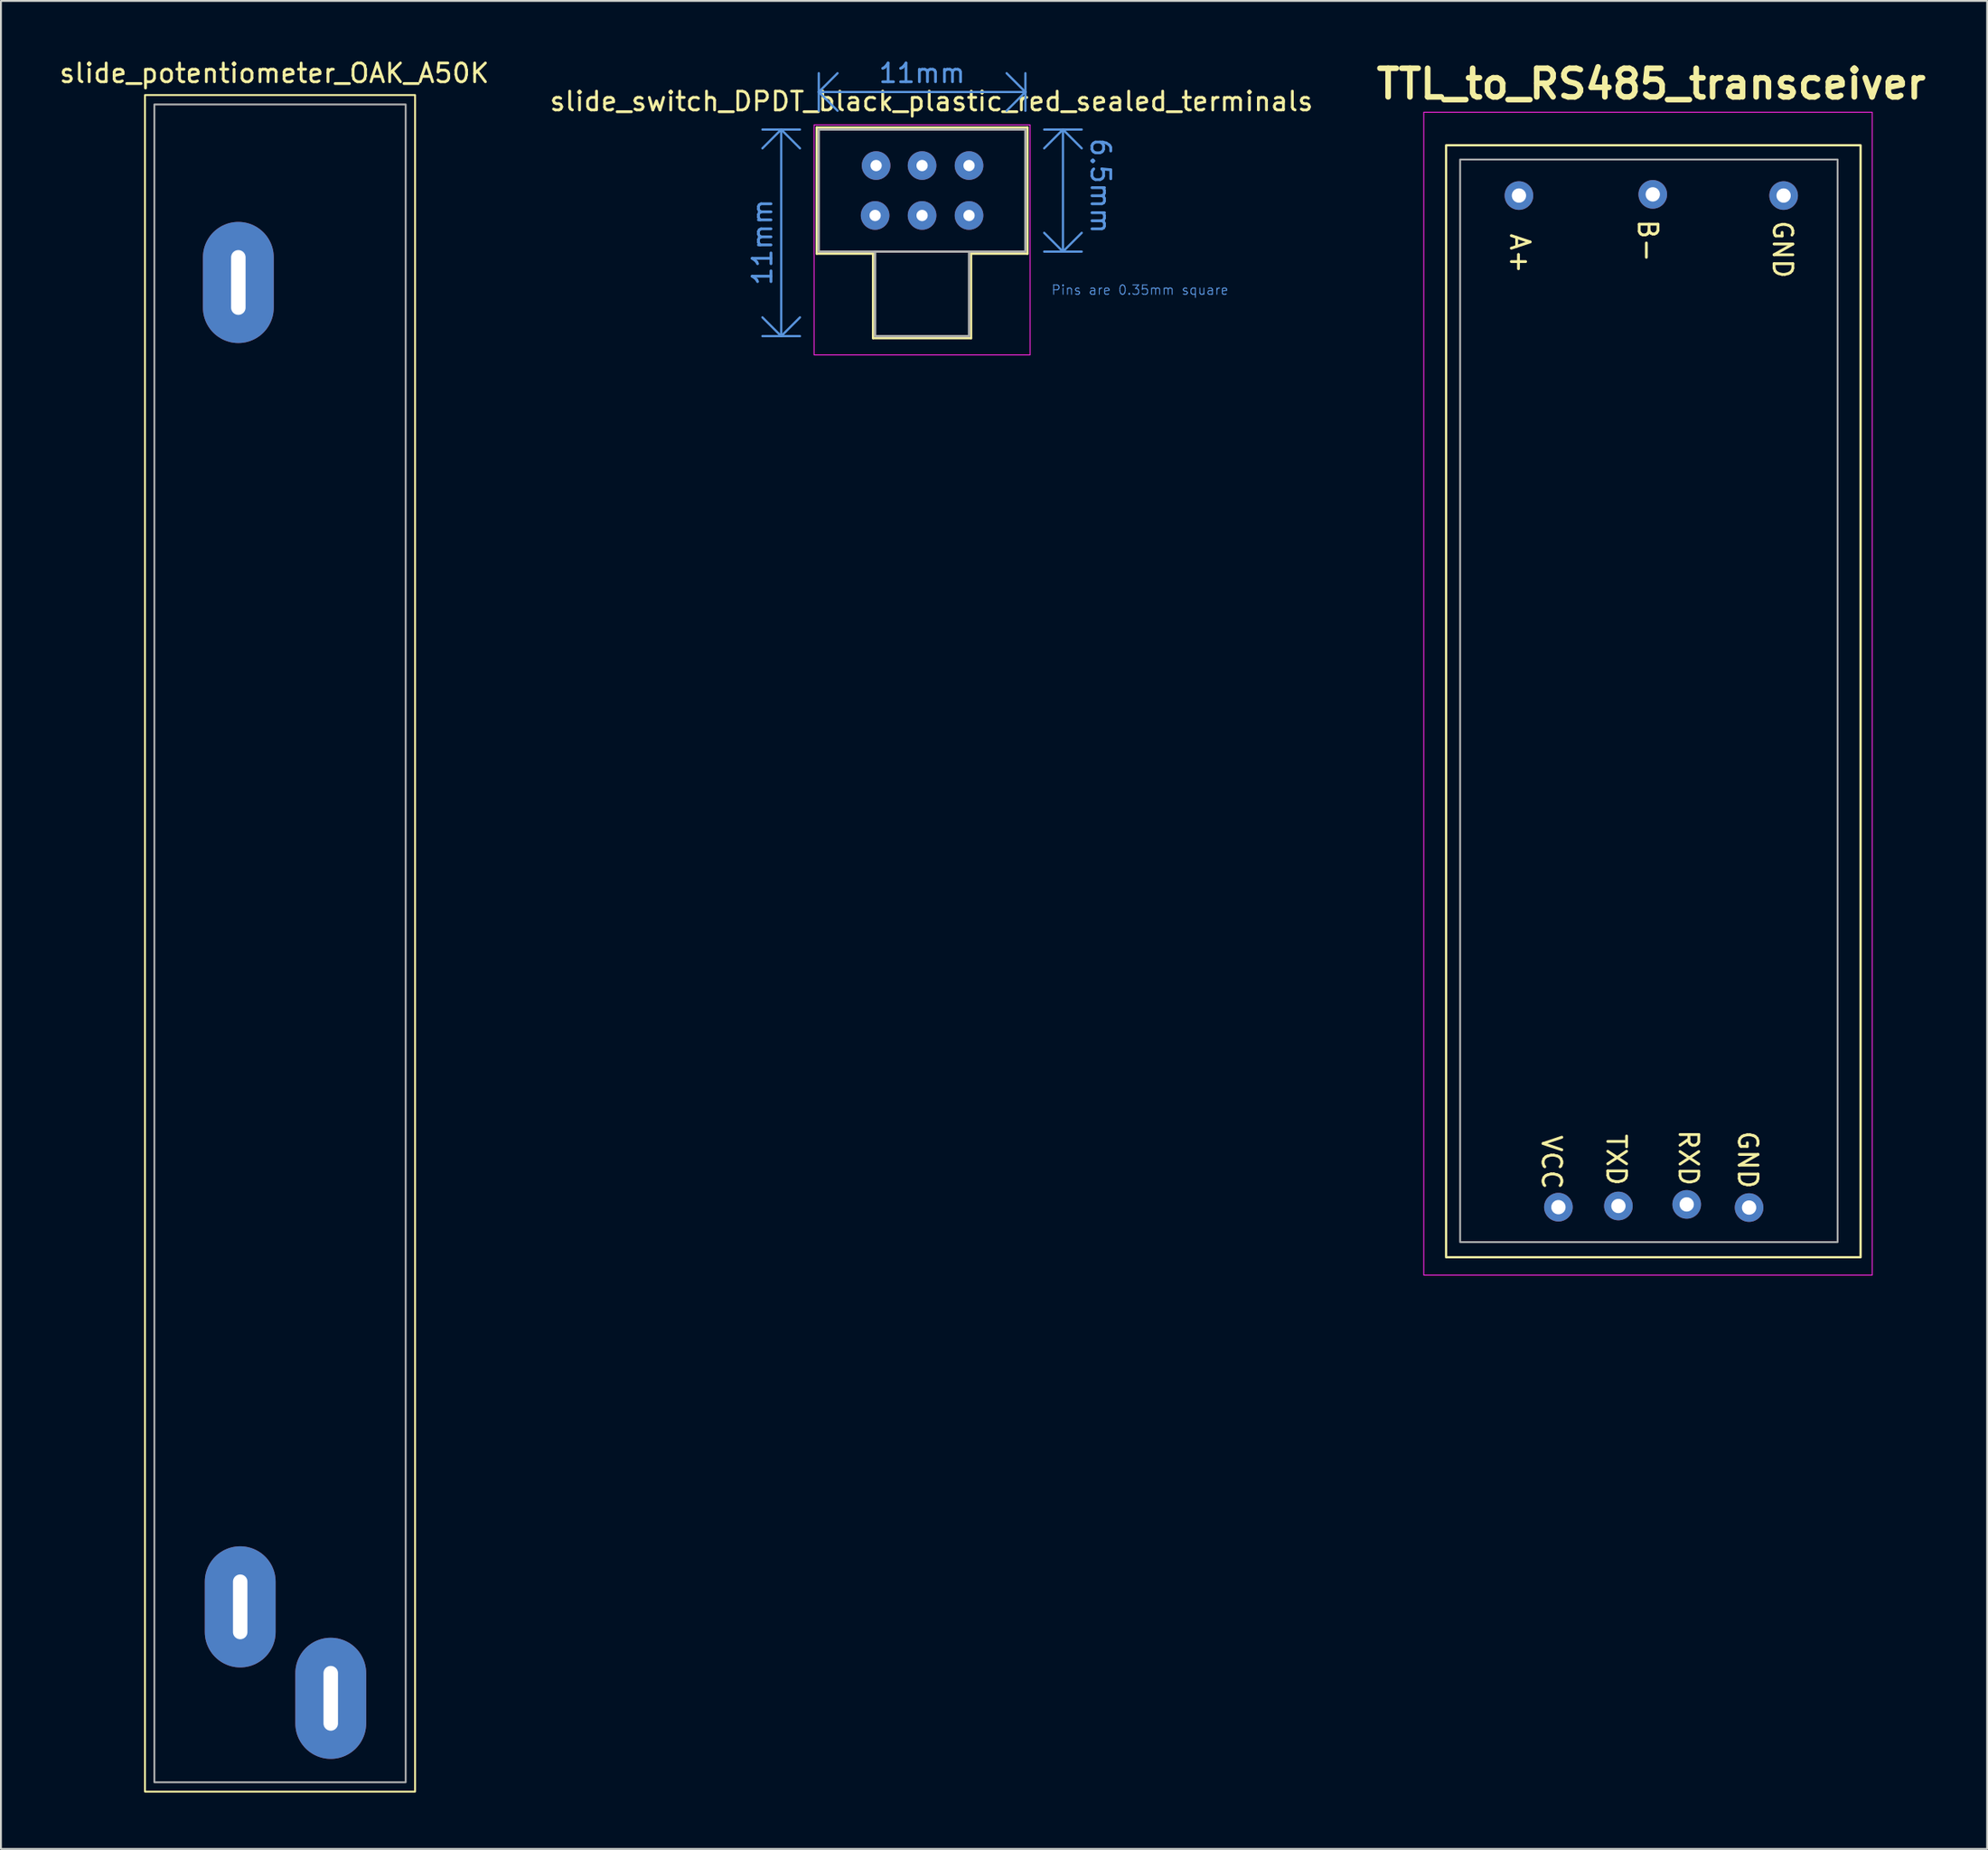
<source format=kicad_pcb>
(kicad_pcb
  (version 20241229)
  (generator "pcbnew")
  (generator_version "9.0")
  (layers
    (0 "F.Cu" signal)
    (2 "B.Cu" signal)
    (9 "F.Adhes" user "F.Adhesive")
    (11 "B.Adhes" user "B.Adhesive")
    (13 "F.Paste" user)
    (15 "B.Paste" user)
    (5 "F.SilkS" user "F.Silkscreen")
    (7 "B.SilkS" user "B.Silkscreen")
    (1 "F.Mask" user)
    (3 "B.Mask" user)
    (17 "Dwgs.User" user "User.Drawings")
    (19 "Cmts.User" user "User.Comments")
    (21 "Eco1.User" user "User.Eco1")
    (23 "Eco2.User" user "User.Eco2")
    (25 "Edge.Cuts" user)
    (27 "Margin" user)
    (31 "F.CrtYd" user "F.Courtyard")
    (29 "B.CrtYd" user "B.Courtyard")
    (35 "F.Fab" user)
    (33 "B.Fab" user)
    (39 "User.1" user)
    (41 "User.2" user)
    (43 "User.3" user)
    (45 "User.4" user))
  (footprint "TTL_to_RS485_transceiver"
    (layer "F.Cu")
    (at 84.718 34.762)
    (property "Reference" "TTL_to_RS485_transceiver" (at 0.143 -33.344 0) (layer "F.SilkS") (effects (font (size 1.524 1.524) (thickness 0.3))))
    (attr through_hole)
    (fp_rect (start -10.777 -30.076) (end 11.29 29.134) (stroke (width 0.12) (type solid)) (fill no) (layer "F.SilkS"))
    (fp_rect (start -11.966 -31.835) (end 11.908 30.085) (stroke (width 0.05) (type solid)) (fill no) (layer "F.CrtYd"))
    (fp_rect (start -10.03 -29.317) (end 10.067 28.327) (stroke (width 0.1) (type solid)) (fill no) (layer "F.Fab"))
    (fp_text user "RXD" (at 2.13 23.838 270) (unlocked yes) (layer "F.SilkS") (effects (font (size 1 1) (thickness 0.15))))
    (fp_text user "GND" (at 5.285 23.944 270) (unlocked yes) (layer "F.SilkS") (effects (font (size 1 1) (thickness 0.15))))
    (fp_text user "A+" (at -6.85 -24.312 270) (unlocked yes) (layer "F.SilkS") (effects (font (size 1 1) (thickness 0.15))))
    (fp_text user "GND" (at 7.139 -24.533 270) (unlocked yes) (layer "F.SilkS") (effects (font (size 1 1) (thickness 0.15))))
    (fp_text user "B-" (at -0.041 -24.993 270) (unlocked yes) (layer "F.SilkS") (effects (font (size 1 1) (thickness 0.15))))
    (fp_text user "TXD" (at -1.714 23.941 270) (unlocked yes) (layer "F.SilkS") (effects (font (size 1 1) (thickness 0.15))))
    (fp_text user "VCC" (at -5.161 24.077 270) (unlocked yes) (layer "F.SilkS") (effects (font (size 1 1) (thickness 0.15))))
    (pad "1" thru_hole circle (at 5.354 26.488 180) (size 1.524 1.524) (drill 0.762) (layers "*.Cu" "*.Mask"))
    (pad "2" thru_hole circle (at 2.033 26.32 180) (size 1.524 1.524) (drill 0.762) (layers "*.Cu" "*.Mask"))
    (pad "3" thru_hole circle (at -1.603 26.404 180) (size 1.524 1.524) (drill 0.762) (layers "*.Cu" "*.Mask"))
    (pad "4" thru_hole circle (at -4.797 26.467 180) (size 1.524 1.524) (drill 0.762) (layers "*.Cu" "*.Mask"))
    (pad "5" thru_hole circle (at -6.899 -27.399 180) (size 1.524 1.524) (drill 0.762) (layers "*.Cu" "*.Mask"))
    (pad "6" thru_hole circle (at 0.226 -27.462 180) (size 1.524 1.524) (drill 0.762) (layers "*.Cu" "*.Mask"))
    (pad "7" thru_hole circle (at 7.193 -27.399 180) (size 1.524 1.524) (drill 0.762) (layers "*.Cu" "*.Mask")))
  (footprint "slide_potentiometer_OAK_A50K"
    (layer "F.Cu")
    (at 5.169 2.511)
    (property "Reference" "slide_potentiometer_OAK_A50K" (at 6.385 -1.663 0) (unlocked yes) (layer "F.SilkS") (effects (font (size 1 1) (thickness 0.15))))
    (attr through_hole)
    (fp_rect (start -0.5 -0.5) (end 13.88 89.84) (stroke (width 0.1) (type solid)) (fill no) (layer "F.SilkS"))
    (fp_rect (start 0 0) (end 13.38 89.34) (stroke (width 0.1) (type solid)) (fill no) (layer "F.Fab"))
    (fp_rect (start 4.18 8.14) (end 4.75 10.82) (stroke (width 0.1) (type solid)) (fill no) (layer "F.Fab"))
    (fp_rect (start 4.28 78.66) (end 4.85 81.34) (stroke (width 0.1) (type solid)) (fill no) (layer "F.Fab"))
    (fp_rect (start 9.1 83.53) (end 9.67 86.21) (stroke (width 0.1) (type solid)) (fill no) (layer "F.Fab"))
    (pad "1" thru_hole oval (at 4.47 9.48) (size 3.77 6.45) (drill oval 0.77 3.45) (layers "*.Cu" "*.Mask"))
    (pad "2" thru_hole oval (at 4.57 80) (size 3.77 6.45) (drill oval 0.77 3.45) (layers "*.Cu" "*.Mask"))
    (pad "3" thru_hole oval (at 9.39 84.87) (size 3.77 6.45) (drill oval 0.77 3.45) (layers "*.Cu" "*.Mask")))
  (footprint "slide_switch_DPDT_black_plastic_red_sealed_terminals"
    (layer "F.Cu")
    (at 40.542 3.848)
    (property "Reference" "slide_switch_DPDT_black_plastic_red_sealed_terminals" (at 6 -1.5 0) (unlocked yes) (layer "F.SilkS") (effects (font (size 1 1) (thickness 0.15))))
    (attr through_hole)
    (fp_line (start -0.11 -0.11) (end 11.11 -0.11) (stroke (width 0.12) (type solid)) (layer "F.SilkS"))
    (fp_line (start -0.11 6.61) (end -0.11 -0.11) (stroke (width 0.12) (type solid)) (layer "F.SilkS"))
    (fp_line (start 2.89 6.61) (end -0.11 6.61) (stroke (width 0.12) (type solid)) (layer "F.SilkS"))
    (fp_line (start 2.89 11.11) (end 2.89 6.61) (stroke (width 0.12) (type solid)) (layer "F.SilkS"))
    (fp_line (start 8.11 6.61) (end 8.11 11.11) (stroke (width 0.12) (type solid)) (layer "F.SilkS"))
    (fp_line (start 8.11 11.11) (end 2.89 11.11) (stroke (width 0.12) (type solid)) (layer "F.SilkS"))
    (fp_line (start 11.11 -0.11) (end 11.11 6.61) (stroke (width 0.12) (type solid)) (layer "F.SilkS"))
    (fp_line (start 11.11 6.61) (end 8.11 6.61) (stroke (width 0.12) (type solid)) (layer "F.SilkS"))
    (fp_line (start -3 0) (end -1 0) (stroke (width 0.12) (type solid)) (layer "Cmts.User"))
    (fp_line (start -3 11) (end -1 11) (stroke (width 0.12) (type solid)) (layer "Cmts.User"))
    (fp_line (start -2 0) (end -3 1) (stroke (width 0.12) (type solid)) (layer "Cmts.User"))
    (fp_line (start -2 0) (end -2 11) (stroke (width 0.12) (type solid)) (layer "Cmts.User"))
    (fp_line (start -2 0) (end -1 1) (stroke (width 0.12) (type solid)) (layer "Cmts.User"))
    (fp_line (start -2 11) (end -3 10) (stroke (width 0.12) (type solid)) (layer "Cmts.User"))
    (fp_line (start -2 11) (end -1 10) (stroke (width 0.12) (type solid)) (layer "Cmts.User"))
    (fp_line (start 0 -3) (end 0 -1) (stroke (width 0.12) (type solid)) (layer "Cmts.User"))
    (fp_line (start 0 -2) (end 1 -3) (stroke (width 0.12) (type solid)) (layer "Cmts.User"))
    (fp_line (start 0 -2) (end 1 -1) (stroke (width 0.12) (type solid)) (layer "Cmts.User"))
    (fp_line (start 0 -2) (end 11 -2) (stroke (width 0.12) (type solid)) (layer "Cmts.User"))
    (fp_line (start 10 -3) (end 11 -2) (stroke (width 0.12) (type solid)) (layer "Cmts.User"))
    (fp_line (start 11 -3) (end 11 -1) (stroke (width 0.12) (type solid)) (layer "Cmts.User"))
    (fp_line (start 11 -2) (end 10 -1) (stroke (width 0.12) (type solid)) (layer "Cmts.User"))
    (fp_line (start 12 0) (end 14 0) (stroke (width 0.12) (type solid)) (layer "Cmts.User"))
    (fp_line (start 12 6.5) (end 14 6.5) (stroke (width 0.12) (type solid)) (layer "Cmts.User"))
    (fp_line (start 13 0) (end 12 1) (stroke (width 0.12) (type solid)) (layer "Cmts.User"))
    (fp_line (start 13 0) (end 13 6.5) (stroke (width 0.12) (type solid)) (layer "Cmts.User"))
    (fp_line (start 13 0) (end 14 1) (stroke (width 0.12) (type solid)) (layer "Cmts.User"))
    (fp_line (start 13 6.5) (end 12 5.5) (stroke (width 0.12) (type solid)) (layer "Cmts.User"))
    (fp_line (start 14 5.5) (end 13 6.5) (stroke (width 0.12) (type solid)) (layer "Cmts.User"))
    (fp_rect (start -0.25 -0.25) (end 11.25 12) (stroke (width 0.05) (type solid)) (fill no) (layer "F.CrtYd"))
    (fp_rect (start 0 0) (end 11 6.5) (stroke (width 0.12) (type solid)) (fill no) (layer "F.Fab"))
    (fp_rect (start 3 6.5) (end 8 11) (stroke (width 0.12) (type solid)) (fill no) (layer "F.Fab"))
    (fp_text user "11mm" (at 5.5 -3 0) (unlocked yes) (layer "Cmts.User") (effects (font (size 1 1) (thickness 0.15))))
    (fp_text user "Pins are 0.35mm square" (at 17.1 8.544 0) (unlocked yes) (layer "Cmts.User") (effects (font (size 0.5 0.5) (thickness 0.05))))
    (fp_text user "6.5mm" (at 15 3 270) (unlocked yes) (layer "Cmts.User") (effects (font (size 1 1) (thickness 0.15))))
    (fp_text user "11mm" (at -3 6 90) (unlocked yes) (layer "Cmts.User") (effects (font (size 1 1) (thickness 0.15))))
    (pad "1" thru_hole circle (at 3.053 1.917) (size 1.524 1.524) (drill 0.6) (layers "*.Cu" "*.Mask"))
    (pad "2" thru_hole circle (at 5.5 1.917) (size 1.524 1.524) (drill 0.6) (layers "*.Cu" "*.Mask"))
    (pad "3" thru_hole circle (at 8 1.917) (size 1.524 1.524) (drill 0.6) (layers "*.Cu" "*.Mask"))
    (pad "4" thru_hole circle (at 3 4.575) (size 1.524 1.524) (drill 0.6) (layers "*.Cu" "*.Mask"))
    (pad "5" thru_hole circle (at 5.5 4.575) (size 1.524 1.524) (drill 0.6) (layers "*.Cu" "*.Mask"))
    (pad "6" thru_hole circle (at 8 4.575) (size 1.524 1.524) (drill 0.6) (layers "*.Cu" "*.Mask")))
  (gr_rect
    (start -3 -3)
    (end 102.745 95.401)
    (stroke (width 0.1) (type default))
    (fill no)
    (layer "Edge.Cuts")))
</source>
